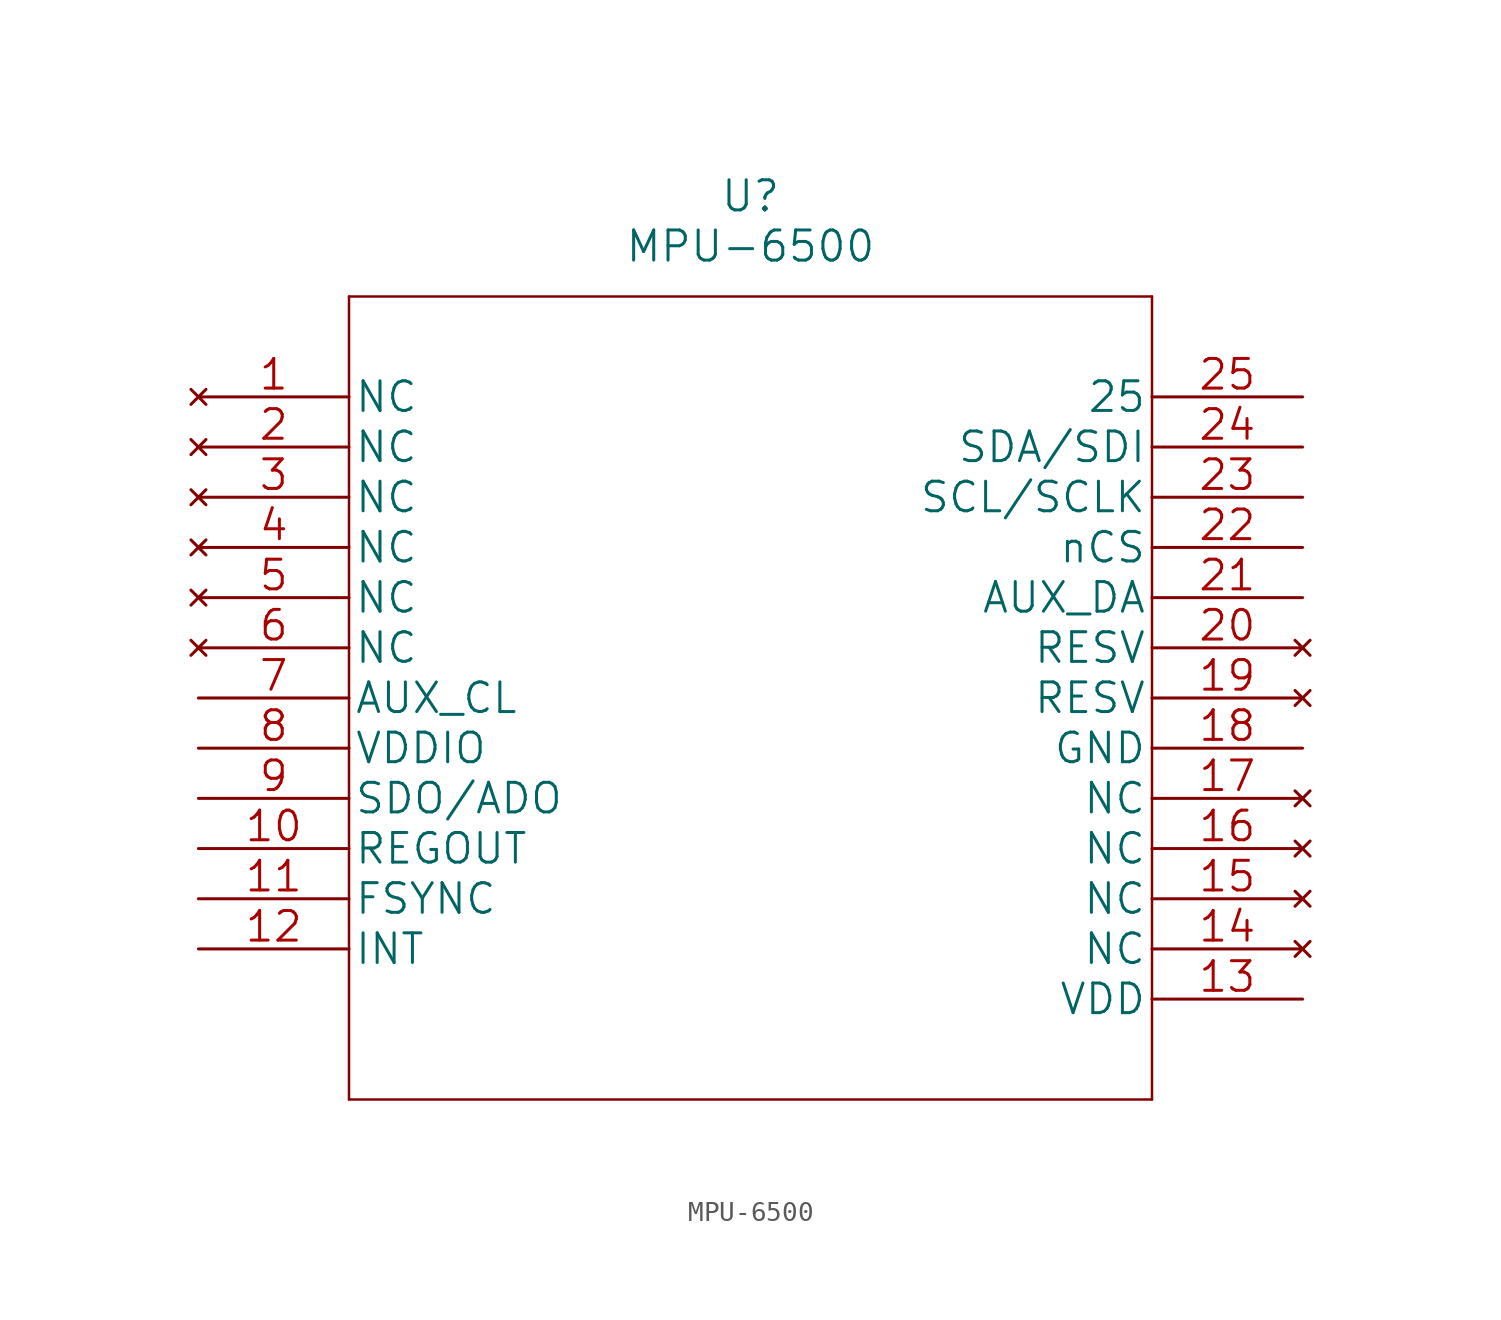
<source format=kicad_sym>
(kicad_symbol_lib
  (version 20211014)
  (generator kicad_symbol_editor)
  (symbol "MPU-6500"
    (pin_names
      (offset 0.254))
    (property "Reference" "U"
      (at 27.94 10.16 0)
      (effects (font (size 1.524 1.524))))
    (property "Value" "MPU-6500"
      (at 27.94 7.62 0)
      (effects (font (size 1.524 1.524))))
    (property "Datasheet" ""
      (at 0 0 0)
      (effects (font (size 1.524 1.524))))
    (property "ki_locked" ""
      (at 0 0 0)
      (effects (font (size 1.27 1.27))))
    (symbol "MPU-6500_1_1"
      (polyline (pts (xy 7.62 -35.56) (xy 48.26 -35.56)) (stroke (width 0.127) (type default) (color 0 0 0 0)) (fill (type none)))
      (polyline (pts (xy 7.62 5.08) (xy 7.62 -35.56)) (stroke (width 0.127) (type default) (color 0 0 0 0)) (fill (type none)))
      (polyline (pts (xy 48.26 -35.56) (xy 48.26 5.08)) (stroke (width 0.127) (type default) (color 0 0 0 0)) (fill (type none)))
      (polyline (pts (xy 48.26 5.08) (xy 7.62 5.08)) (stroke (width 0.127) (type default) (color 0 0 0 0)) (fill (type none)))
      (pin no_connect line (at 0 0 0) (length 7.62) (name "NC" (effects (font (size 1.499 1.499)))) (number "1" (effects (font (size 1.499 1.499)))))
      (pin unspecified line (at 0 -22.86 0) (length 7.62) (name "REGOUT" (effects (font (size 1.499 1.499)))) (number "10" (effects (font (size 1.499 1.499)))))
      (pin input line (at 0 -25.4 0) (length 7.62) (name "FSYNC" (effects (font (size 1.499 1.499)))) (number "11" (effects (font (size 1.499 1.499)))))
      (pin output line (at 0 -27.94 0) (length 7.62) (name "INT" (effects (font (size 1.499 1.499)))) (number "12" (effects (font (size 1.499 1.499)))))
      (pin power_in line (at 55.88 -30.48 180) (length 7.62) (name "VDD" (effects (font (size 1.499 1.499)))) (number "13" (effects (font (size 1.499 1.499)))))
      (pin no_connect line (at 55.88 -27.94 180) (length 7.62) (name "NC" (effects (font (size 1.499 1.499)))) (number "14" (effects (font (size 1.499 1.499)))))
      (pin no_connect line (at 55.88 -25.4 180) (length 7.62) (name "NC" (effects (font (size 1.499 1.499)))) (number "15" (effects (font (size 1.499 1.499)))))
      (pin no_connect line (at 55.88 -22.86 180) (length 7.62) (name "NC" (effects (font (size 1.499 1.499)))) (number "16" (effects (font (size 1.499 1.499)))))
      (pin no_connect line (at 55.88 -20.32 180) (length 7.62) (name "NC" (effects (font (size 1.499 1.499)))) (number "17" (effects (font (size 1.499 1.499)))))
      (pin power_in line (at 55.88 -17.78 180) (length 7.62) (name "GND" (effects (font (size 1.499 1.499)))) (number "18" (effects (font (size 1.499 1.499)))))
      (pin no_connect line (at 55.88 -15.24 180) (length 7.62) (name "RESV" (effects (font (size 1.499 1.499)))) (number "19" (effects (font (size 1.499 1.499)))))
      (pin no_connect line (at 0 -2.54 0) (length 7.62) (name "NC" (effects (font (size 1.499 1.499)))) (number "2" (effects (font (size 1.499 1.499)))))
      (pin no_connect line (at 55.88 -12.7 180) (length 7.62) (name "RESV" (effects (font (size 1.499 1.499)))) (number "20" (effects (font (size 1.499 1.499)))))
      (pin unspecified line (at 55.88 -10.16 180) (length 7.62) (name "AUX_DA" (effects (font (size 1.499 1.499)))) (number "21" (effects (font (size 1.499 1.499)))))
      (pin unspecified line (at 55.88 -7.62 180) (length 7.62) (name "nCS" (effects (font (size 1.499 1.499)))) (number "22" (effects (font (size 1.499 1.499)))))
      (pin unspecified line (at 55.88 -5.08 180) (length 7.62) (name "SCL/SCLK" (effects (font (size 1.499 1.499)))) (number "23" (effects (font (size 1.499 1.499)))))
      (pin unspecified line (at 55.88 -2.54 180) (length 7.62) (name "SDA/SDI" (effects (font (size 1.499 1.499)))) (number "24" (effects (font (size 1.499 1.499)))))
      (pin unspecified line (at 55.88 0 180) (length 7.62) (name "25" (effects (font (size 1.499 1.499)))) (number "25" (effects (font (size 1.499 1.499)))))
      (pin no_connect line (at 0 -5.08 0) (length 7.62) (name "NC" (effects (font (size 1.499 1.499)))) (number "3" (effects (font (size 1.499 1.499)))))
      (pin no_connect line (at 0 -7.62 0) (length 7.62) (name "NC" (effects (font (size 1.499 1.499)))) (number "4" (effects (font (size 1.499 1.499)))))
      (pin no_connect line (at 0 -10.16 0) (length 7.62) (name "NC" (effects (font (size 1.499 1.499)))) (number "5" (effects (font (size 1.499 1.499)))))
      (pin no_connect line (at 0 -12.7 0) (length 7.62) (name "NC" (effects (font (size 1.499 1.499)))) (number "6" (effects (font (size 1.499 1.499)))))
      (pin unspecified line (at 0 -15.24 0) (length 7.62) (name "AUX_CL" (effects (font (size 1.499 1.499)))) (number "7" (effects (font (size 1.499 1.499)))))
      (pin power_in line (at 0 -17.78 0) (length 7.62) (name "VDDIO" (effects (font (size 1.499 1.499)))) (number "8" (effects (font (size 1.499 1.499)))))
      (pin unspecified line (at 0 -20.32 0) (length 7.62) (name "SDO/ADO" (effects (font (size 1.499 1.499)))) (number "9" (effects (font (size 1.499 1.499))))))))
</source>
